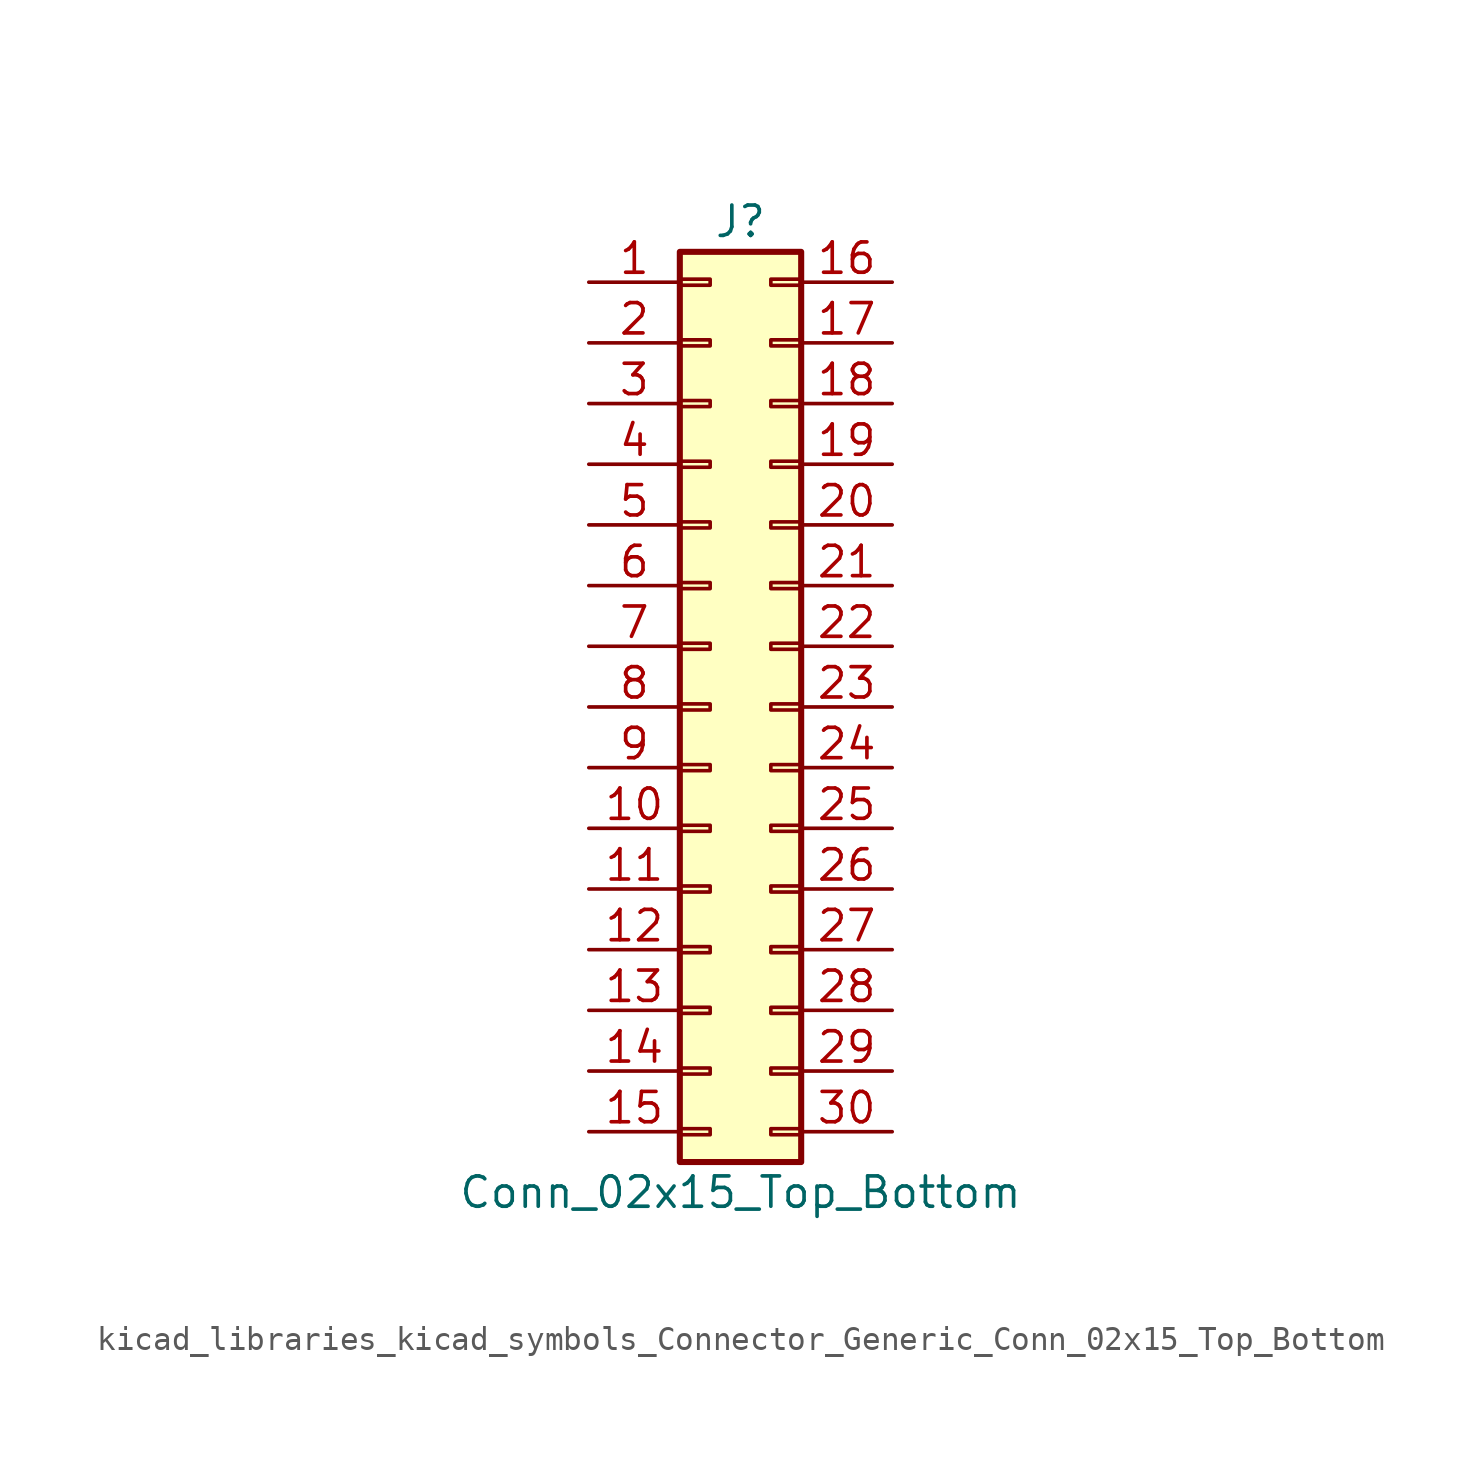
<source format=kicad_sym>
(kicad_symbol_lib
  (version 20220914)
  (generator kicad_symbol_editor)
  (symbol "kicad_libraries_kicad_symbols_Connector_Generic_Conn_02x15_Top_Bottom"
    (pin_names
      (offset 1.016) hide)
    (property "Reference" "J"
      (at 1.27 20.32 0)
      (effects (font (size 1.27 1.27))))
    (property "Value" "Conn_02x15_Top_Bottom"
      (at 1.27 -20.32 0)
      (effects (font (size 1.27 1.27))))
    (symbol "kicad_libraries_kicad_symbols_Connector_Generic_Conn_02x15_Top_Bottom_1_1"
      (rectangle (start -1.27 -17.653) (end 0 -17.907) (stroke (width 0.152) (type default)) (fill (type none)))
      (rectangle (start -1.27 -15.113) (end 0 -15.367) (stroke (width 0.152) (type default)) (fill (type none)))
      (rectangle (start -1.27 -12.573) (end 0 -12.827) (stroke (width 0.152) (type default)) (fill (type none)))
      (rectangle (start -1.27 -10.033) (end 0 -10.287) (stroke (width 0.152) (type default)) (fill (type none)))
      (rectangle (start -1.27 -7.493) (end 0 -7.747) (stroke (width 0.152) (type default)) (fill (type none)))
      (rectangle (start -1.27 -4.953) (end 0 -5.207) (stroke (width 0.152) (type default)) (fill (type none)))
      (rectangle (start -1.27 -2.413) (end 0 -2.667) (stroke (width 0.152) (type default)) (fill (type none)))
      (rectangle (start -1.27 0.127) (end 0 -0.127) (stroke (width 0.152) (type default)) (fill (type none)))
      (rectangle (start -1.27 2.667) (end 0 2.413) (stroke (width 0.152) (type default)) (fill (type none)))
      (rectangle (start -1.27 5.207) (end 0 4.953) (stroke (width 0.152) (type default)) (fill (type none)))
      (rectangle (start -1.27 7.747) (end 0 7.493) (stroke (width 0.152) (type default)) (fill (type none)))
      (rectangle (start -1.27 10.287) (end 0 10.033) (stroke (width 0.152) (type default)) (fill (type none)))
      (rectangle (start -1.27 12.827) (end 0 12.573) (stroke (width 0.152) (type default)) (fill (type none)))
      (rectangle (start -1.27 15.367) (end 0 15.113) (stroke (width 0.152) (type default)) (fill (type none)))
      (rectangle (start -1.27 17.907) (end 0 17.653) (stroke (width 0.152) (type default)) (fill (type none)))
      (rectangle (start -1.27 19.05) (end 3.81 -19.05) (stroke (width 0.254) (type default)) (fill (type background)))
      (rectangle (start 3.81 -17.653) (end 2.54 -17.907) (stroke (width 0.152) (type default)) (fill (type none)))
      (rectangle (start 3.81 -15.113) (end 2.54 -15.367) (stroke (width 0.152) (type default)) (fill (type none)))
      (rectangle (start 3.81 -12.573) (end 2.54 -12.827) (stroke (width 0.152) (type default)) (fill (type none)))
      (rectangle (start 3.81 -10.033) (end 2.54 -10.287) (stroke (width 0.152) (type default)) (fill (type none)))
      (rectangle (start 3.81 -7.493) (end 2.54 -7.747) (stroke (width 0.152) (type default)) (fill (type none)))
      (rectangle (start 3.81 -4.953) (end 2.54 -5.207) (stroke (width 0.152) (type default)) (fill (type none)))
      (rectangle (start 3.81 -2.413) (end 2.54 -2.667) (stroke (width 0.152) (type default)) (fill (type none)))
      (rectangle (start 3.81 0.127) (end 2.54 -0.127) (stroke (width 0.152) (type default)) (fill (type none)))
      (rectangle (start 3.81 2.667) (end 2.54 2.413) (stroke (width 0.152) (type default)) (fill (type none)))
      (rectangle (start 3.81 5.207) (end 2.54 4.953) (stroke (width 0.152) (type default)) (fill (type none)))
      (rectangle (start 3.81 7.747) (end 2.54 7.493) (stroke (width 0.152) (type default)) (fill (type none)))
      (rectangle (start 3.81 10.287) (end 2.54 10.033) (stroke (width 0.152) (type default)) (fill (type none)))
      (rectangle (start 3.81 12.827) (end 2.54 12.573) (stroke (width 0.152) (type default)) (fill (type none)))
      (rectangle (start 3.81 15.367) (end 2.54 15.113) (stroke (width 0.152) (type default)) (fill (type none)))
      (rectangle (start 3.81 17.907) (end 2.54 17.653) (stroke (width 0.152) (type default)) (fill (type none)))
      (pin passive line (at -5.08 17.78 0) (length 3.81) (name "Pin_1" (effects (font (size 1.27 1.27)))) (number "1" (effects (font (size 1.27 1.27)))))
      (pin passive line (at -5.08 -5.08 0) (length 3.81) (name "Pin_10" (effects (font (size 1.27 1.27)))) (number "10" (effects (font (size 1.27 1.27)))))
      (pin passive line (at -5.08 -7.62 0) (length 3.81) (name "Pin_11" (effects (font (size 1.27 1.27)))) (number "11" (effects (font (size 1.27 1.27)))))
      (pin passive line (at -5.08 -10.16 0) (length 3.81) (name "Pin_12" (effects (font (size 1.27 1.27)))) (number "12" (effects (font (size 1.27 1.27)))))
      (pin passive line (at -5.08 -12.7 0) (length 3.81) (name "Pin_13" (effects (font (size 1.27 1.27)))) (number "13" (effects (font (size 1.27 1.27)))))
      (pin passive line (at -5.08 -15.24 0) (length 3.81) (name "Pin_14" (effects (font (size 1.27 1.27)))) (number "14" (effects (font (size 1.27 1.27)))))
      (pin passive line (at -5.08 -17.78 0) (length 3.81) (name "Pin_15" (effects (font (size 1.27 1.27)))) (number "15" (effects (font (size 1.27 1.27)))))
      (pin passive line (at 7.62 17.78 180) (length 3.81) (name "Pin_16" (effects (font (size 1.27 1.27)))) (number "16" (effects (font (size 1.27 1.27)))))
      (pin passive line (at 7.62 15.24 180) (length 3.81) (name "Pin_17" (effects (font (size 1.27 1.27)))) (number "17" (effects (font (size 1.27 1.27)))))
      (pin passive line (at 7.62 12.7 180) (length 3.81) (name "Pin_18" (effects (font (size 1.27 1.27)))) (number "18" (effects (font (size 1.27 1.27)))))
      (pin passive line (at 7.62 10.16 180) (length 3.81) (name "Pin_19" (effects (font (size 1.27 1.27)))) (number "19" (effects (font (size 1.27 1.27)))))
      (pin passive line (at -5.08 15.24 0) (length 3.81) (name "Pin_2" (effects (font (size 1.27 1.27)))) (number "2" (effects (font (size 1.27 1.27)))))
      (pin passive line (at 7.62 7.62 180) (length 3.81) (name "Pin_20" (effects (font (size 1.27 1.27)))) (number "20" (effects (font (size 1.27 1.27)))))
      (pin passive line (at 7.62 5.08 180) (length 3.81) (name "Pin_21" (effects (font (size 1.27 1.27)))) (number "21" (effects (font (size 1.27 1.27)))))
      (pin passive line (at 7.62 2.54 180) (length 3.81) (name "Pin_22" (effects (font (size 1.27 1.27)))) (number "22" (effects (font (size 1.27 1.27)))))
      (pin passive line (at 7.62 0 180) (length 3.81) (name "Pin_23" (effects (font (size 1.27 1.27)))) (number "23" (effects (font (size 1.27 1.27)))))
      (pin passive line (at 7.62 -2.54 180) (length 3.81) (name "Pin_24" (effects (font (size 1.27 1.27)))) (number "24" (effects (font (size 1.27 1.27)))))
      (pin passive line (at 7.62 -5.08 180) (length 3.81) (name "Pin_25" (effects (font (size 1.27 1.27)))) (number "25" (effects (font (size 1.27 1.27)))))
      (pin passive line (at 7.62 -7.62 180) (length 3.81) (name "Pin_26" (effects (font (size 1.27 1.27)))) (number "26" (effects (font (size 1.27 1.27)))))
      (pin passive line (at 7.62 -10.16 180) (length 3.81) (name "Pin_27" (effects (font (size 1.27 1.27)))) (number "27" (effects (font (size 1.27 1.27)))))
      (pin passive line (at 7.62 -12.7 180) (length 3.81) (name "Pin_28" (effects (font (size 1.27 1.27)))) (number "28" (effects (font (size 1.27 1.27)))))
      (pin passive line (at 7.62 -15.24 180) (length 3.81) (name "Pin_29" (effects (font (size 1.27 1.27)))) (number "29" (effects (font (size 1.27 1.27)))))
      (pin passive line (at -5.08 12.7 0) (length 3.81) (name "Pin_3" (effects (font (size 1.27 1.27)))) (number "3" (effects (font (size 1.27 1.27)))))
      (pin passive line (at 7.62 -17.78 180) (length 3.81) (name "Pin_30" (effects (font (size 1.27 1.27)))) (number "30" (effects (font (size 1.27 1.27)))))
      (pin passive line (at -5.08 10.16 0) (length 3.81) (name "Pin_4" (effects (font (size 1.27 1.27)))) (number "4" (effects (font (size 1.27 1.27)))))
      (pin passive line (at -5.08 7.62 0) (length 3.81) (name "Pin_5" (effects (font (size 1.27 1.27)))) (number "5" (effects (font (size 1.27 1.27)))))
      (pin passive line (at -5.08 5.08 0) (length 3.81) (name "Pin_6" (effects (font (size 1.27 1.27)))) (number "6" (effects (font (size 1.27 1.27)))))
      (pin passive line (at -5.08 2.54 0) (length 3.81) (name "Pin_7" (effects (font (size 1.27 1.27)))) (number "7" (effects (font (size 1.27 1.27)))))
      (pin passive line (at -5.08 0 0) (length 3.81) (name "Pin_8" (effects (font (size 1.27 1.27)))) (number "8" (effects (font (size 1.27 1.27)))))
      (pin passive line (at -5.08 -2.54 0) (length 3.81) (name "Pin_9" (effects (font (size 1.27 1.27)))) (number "9" (effects (font (size 1.27 1.27))))))))
</source>
